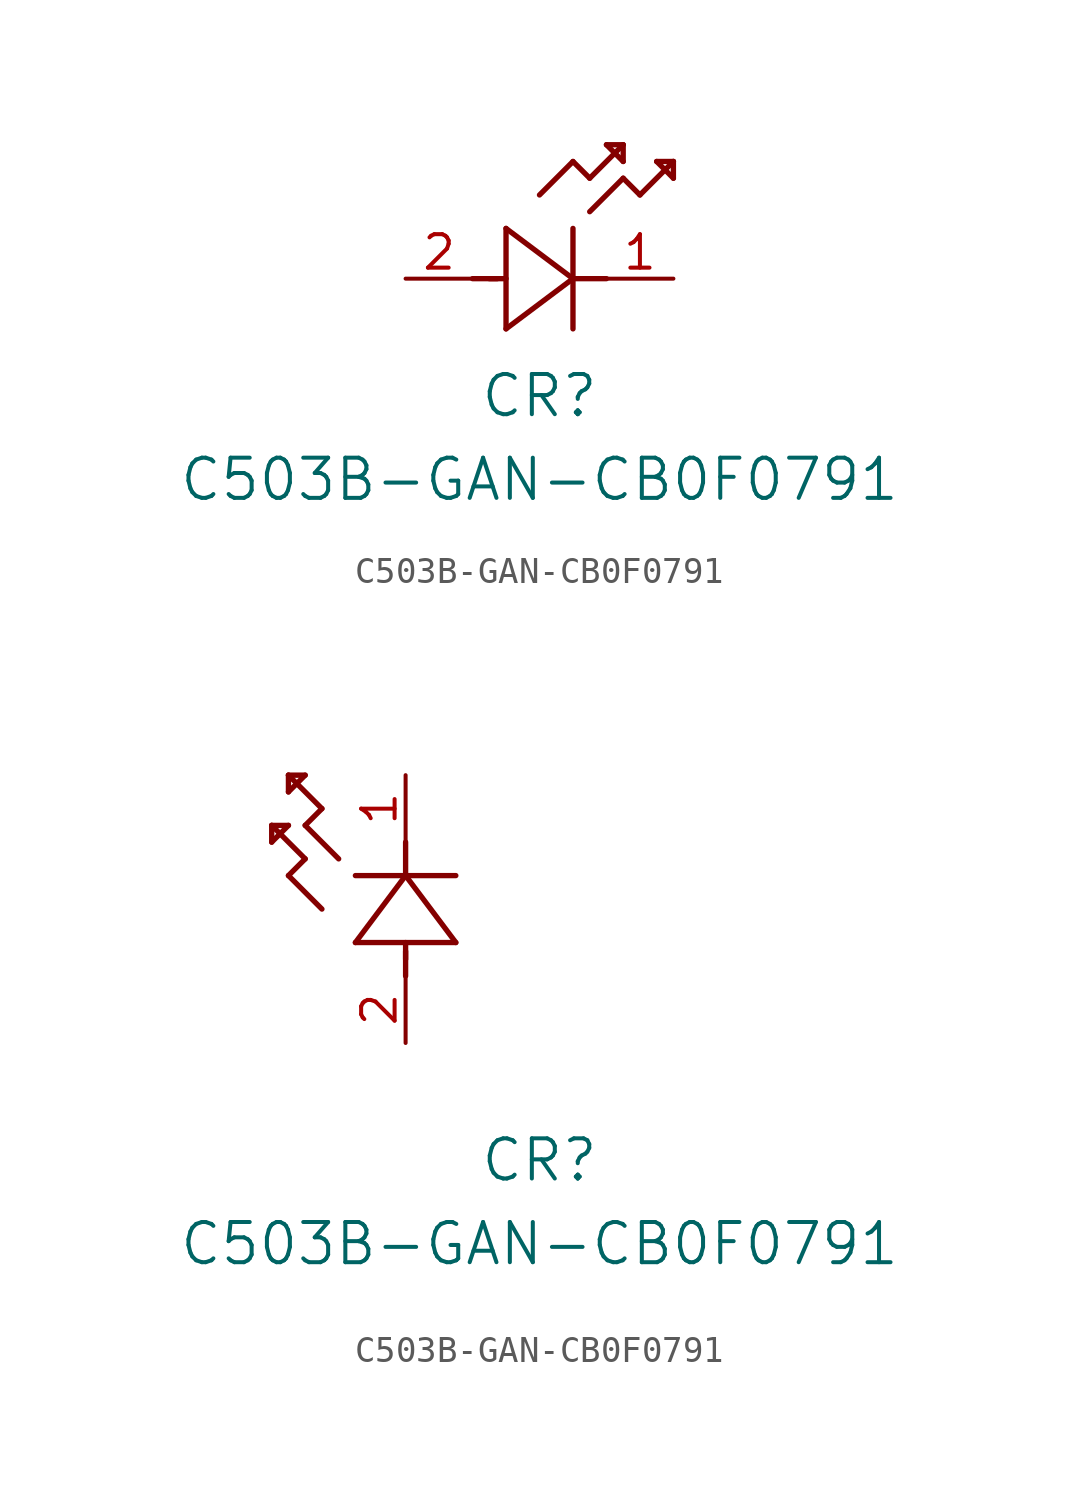
<source format=kicad_sym>
(kicad_symbol_lib
  (version 20211014)
  (generator kicad_symbol_editor)
  (symbol "C503B-GAN-CB0F0791"
    (pin_names
      (offset 0.254))
    (property "Reference" "CR"
      (at 5.08 -4.445 0)
      (effects (font (size 1.524 1.524))))
    (property "Value" "C503B-GAN-CB0F0791"
      (at 5.08 -7.62 0)
      (effects (font (size 1.524 1.524))))
    (symbol "C503B-GAN-CB0F0791_1_1"
      (polyline (pts (xy 2.54 0) (xy 3.48 0)) (stroke (width 0.203) (type default) (color 0 0 0 0)) (fill (type none)))
      (polyline (pts (xy 3.81 1.905) (xy 3.81 -1.905)) (stroke (width 0.203) (type default) (color 0 0 0 0)) (fill (type none)))
      (polyline (pts (xy 3.175 0) (xy 3.81 0)) (stroke (width 0.203) (type default) (color 0 0 0 0)) (fill (type none)))
      (polyline (pts (xy 6.35 -1.905) (xy 6.35 1.905)) (stroke (width 0.203) (type default) (color 0 0 0 0)) (fill (type none)))
      (polyline (pts (xy 6.35 0) (xy 7.62 0)) (stroke (width 0.203) (type default) (color 0 0 0 0)) (fill (type none)))
      (polyline (pts (xy 6.35 4.445) (xy 6.985 3.81)) (stroke (width 0.203) (type default) (color 0 0 0 0)) (fill (type none)))
      (polyline (pts (xy 6.985 3.81) (xy 8.255 5.08)) (stroke (width 0.203) (type default) (color 0 0 0 0)) (fill (type none)))
      (polyline (pts (xy 8.255 3.81) (xy 8.89 3.175)) (stroke (width 0.203) (type default) (color 0 0 0 0)) (fill (type none)))
      (polyline (pts (xy 8.89 3.175) (xy 10.16 4.445)) (stroke (width 0.203) (type default) (color 0 0 0 0)) (fill (type none)))
      (polyline (pts (xy 8.255 5.08) (xy 7.62 5.08)) (stroke (width 0.203) (type default) (color 0 0 0 0)) (fill (type none)))
      (polyline (pts (xy 7.62 5.08) (xy 8.255 4.445)) (stroke (width 0.203) (type default) (color 0 0 0 0)) (fill (type none)))
      (polyline (pts (xy 8.255 4.445) (xy 8.255 5.08)) (stroke (width 0.203) (type default) (color 0 0 0 0)) (fill (type none)))
      (polyline (pts (xy 10.16 4.445) (xy 9.525 4.445)) (stroke (width 0.203) (type default) (color 0 0 0 0)) (fill (type none)))
      (polyline (pts (xy 9.525 4.445) (xy 10.16 3.81)) (stroke (width 0.203) (type default) (color 0 0 0 0)) (fill (type none)))
      (polyline (pts (xy 10.16 3.81) (xy 10.16 4.445)) (stroke (width 0.203) (type default) (color 0 0 0 0)) (fill (type none)))
      (polyline (pts (xy 6.985 2.54) (xy 8.255 3.81)) (stroke (width 0.203) (type default) (color 0 0 0 0)) (fill (type none)))
      (polyline (pts (xy 6.35 0) (xy 3.81 1.905)) (stroke (width 0.203) (type default) (color 0 0 0 0)) (fill (type none)))
      (polyline (pts (xy 3.81 -1.905) (xy 6.35 0)) (stroke (width 0.203) (type default) (color 0 0 0 0)) (fill (type none)))
      (polyline (pts (xy 5.08 3.175) (xy 6.35 4.445)) (stroke (width 0.203) (type default) (color 0 0 0 0)) (fill (type none)))
      (pin unspecified line (at 10.16 0 180) (length 2.54) (name "" (effects (font (size 1.27 1.27)))) (number "1" (effects (font (size 1.27 1.27)))))
      (pin unspecified line (at 0 0 0) (length 2.54) (name "" (effects (font (size 1.27 1.27)))) (number "2" (effects (font (size 1.27 1.27))))))
    (symbol "C503B-GAN-CB0F0791_1_2"
      (polyline (pts (xy 0 2.54) (xy 0 3.48)) (stroke (width 0.203) (type default) (color 0 0 0 0)) (fill (type none)))
      (polyline (pts (xy -1.905 3.81) (xy 1.905 3.81)) (stroke (width 0.203) (type default) (color 0 0 0 0)) (fill (type none)))
      (polyline (pts (xy 0 3.175) (xy 0 3.81)) (stroke (width 0.203) (type default) (color 0 0 0 0)) (fill (type none)))
      (polyline (pts (xy 1.905 6.35) (xy -1.905 6.35)) (stroke (width 0.203) (type default) (color 0 0 0 0)) (fill (type none)))
      (polyline (pts (xy 0 6.35) (xy 0 7.62)) (stroke (width 0.203) (type default) (color 0 0 0 0)) (fill (type none)))
      (polyline (pts (xy 0 6.35) (xy -1.905 3.81)) (stroke (width 0.203) (type default) (color 0 0 0 0)) (fill (type none)))
      (polyline (pts (xy 1.905 3.81) (xy 0 6.35)) (stroke (width 0.203) (type default) (color 0 0 0 0)) (fill (type none)))
      (polyline (pts (xy -4.445 6.35) (xy -3.81 6.985)) (stroke (width 0.203) (type default) (color 0 0 0 0)) (fill (type none)))
      (polyline (pts (xy -2.54 6.985) (xy -3.81 8.255)) (stroke (width 0.203) (type default) (color 0 0 0 0)) (fill (type none)))
      (polyline (pts (xy -3.175 5.08) (xy -4.445 6.35)) (stroke (width 0.203) (type default) (color 0 0 0 0)) (fill (type none)))
      (polyline (pts (xy -4.445 10.16) (xy -4.445 9.525)) (stroke (width 0.203) (type default) (color 0 0 0 0)) (fill (type none)))
      (polyline (pts (xy -4.445 9.525) (xy -3.81 10.16)) (stroke (width 0.203) (type default) (color 0 0 0 0)) (fill (type none)))
      (polyline (pts (xy -3.81 10.16) (xy -4.445 10.16)) (stroke (width 0.203) (type default) (color 0 0 0 0)) (fill (type none)))
      (polyline (pts (xy -3.81 8.255) (xy -3.175 8.89)) (stroke (width 0.203) (type default) (color 0 0 0 0)) (fill (type none)))
      (polyline (pts (xy -3.175 8.89) (xy -4.445 10.16)) (stroke (width 0.203) (type default) (color 0 0 0 0)) (fill (type none)))
      (polyline (pts (xy -3.81 6.985) (xy -5.08 8.255)) (stroke (width 0.203) (type default) (color 0 0 0 0)) (fill (type none)))
      (polyline (pts (xy -5.08 8.255) (xy -5.08 7.62)) (stroke (width 0.203) (type default) (color 0 0 0 0)) (fill (type none)))
      (polyline (pts (xy -5.08 7.62) (xy -4.445 8.255)) (stroke (width 0.203) (type default) (color 0 0 0 0)) (fill (type none)))
      (polyline (pts (xy -4.445 8.255) (xy -5.08 8.255)) (stroke (width 0.203) (type default) (color 0 0 0 0)) (fill (type none)))
      (pin unspecified line (at 0 10.16 270) (length 2.54) (name "" (effects (font (size 1.27 1.27)))) (number "1" (effects (font (size 1.27 1.27)))))
      (pin unspecified line (at 0 0 90) (length 2.54) (name "" (effects (font (size 1.27 1.27)))) (number "2" (effects (font (size 1.27 1.27))))))))
</source>
